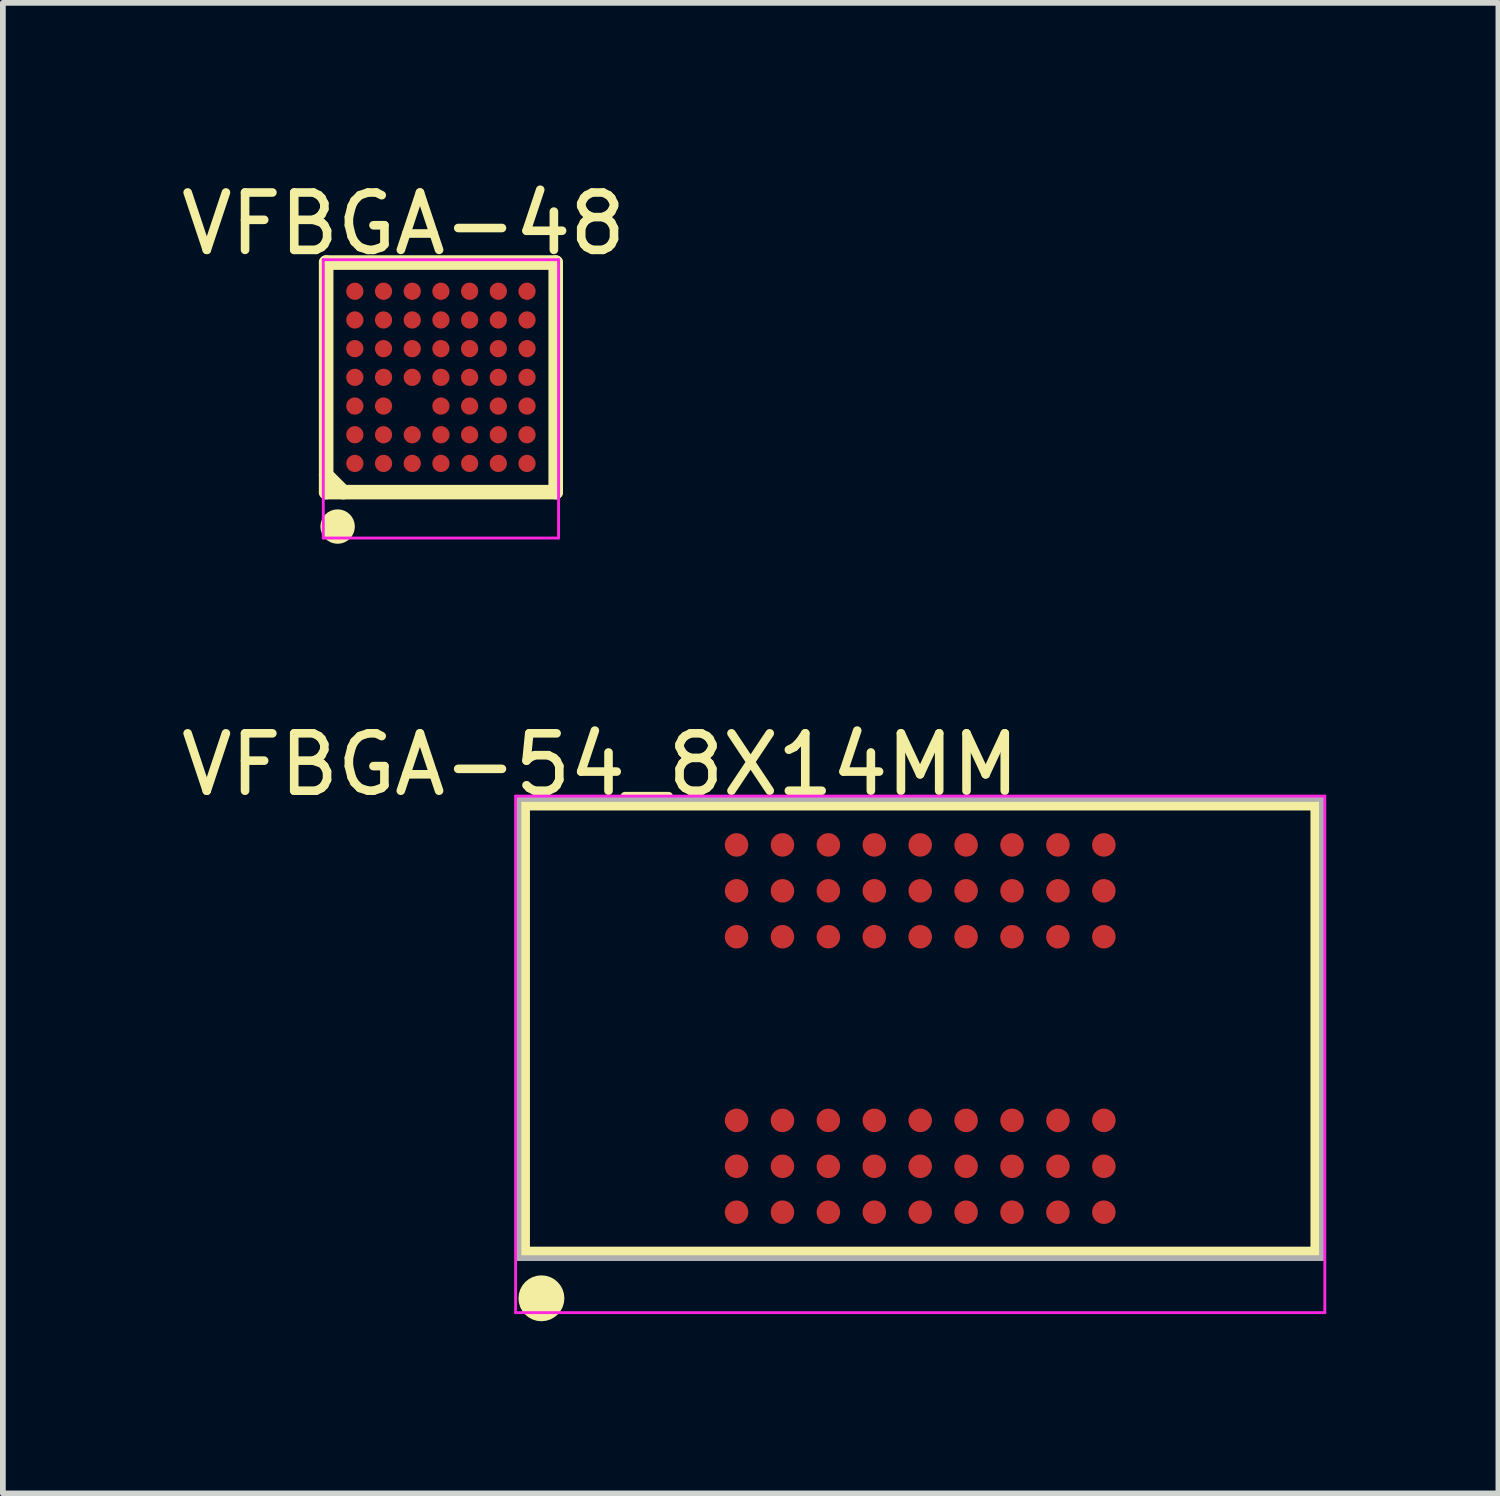
<source format=kicad_pcb>
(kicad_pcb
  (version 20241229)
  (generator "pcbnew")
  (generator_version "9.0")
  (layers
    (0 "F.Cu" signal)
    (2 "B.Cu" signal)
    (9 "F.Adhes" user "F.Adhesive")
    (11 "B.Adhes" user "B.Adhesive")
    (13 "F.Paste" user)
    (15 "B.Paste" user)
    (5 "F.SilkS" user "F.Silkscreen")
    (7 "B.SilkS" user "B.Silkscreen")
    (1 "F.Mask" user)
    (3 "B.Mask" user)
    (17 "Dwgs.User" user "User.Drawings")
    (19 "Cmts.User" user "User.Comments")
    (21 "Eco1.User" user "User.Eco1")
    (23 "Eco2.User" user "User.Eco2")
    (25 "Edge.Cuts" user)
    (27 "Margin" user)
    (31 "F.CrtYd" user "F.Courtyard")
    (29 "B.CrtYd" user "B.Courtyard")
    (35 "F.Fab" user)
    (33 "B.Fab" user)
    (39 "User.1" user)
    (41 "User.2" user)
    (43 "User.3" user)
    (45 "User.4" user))
  (footprint "VFBGA-54_8X14MM"
    (layer "F.Cu")
    (at 12.984 14.872)
    (property "Reference" "VFBGA-54_8X14MM" (at -5.574 -4.599 0) (layer "F.SilkS") (effects (font (size 1 1) (thickness 0.15))))
    (attr through_hole)
    (fp_line (start -6.9 -3.9) (end 6.9 -3.9) (stroke (width 0.2) (type solid)) (layer "F.SilkS"))
    (fp_line (start -6.9 3.9) (end -6.9 -3.9) (stroke (width 0.2) (type solid)) (layer "F.SilkS"))
    (fp_line (start -6.9 3.9) (end 6.9 3.9) (stroke (width 0.2) (type solid)) (layer "F.SilkS"))
    (fp_line (start 6.9 3.9) (end 6.9 -3.9) (stroke (width 0.2) (type solid)) (layer "F.SilkS"))
    (fp_circle (center -6.6 4.7) (end -6.4 4.7) (stroke (width 0.4) (type solid)) (fill no) (layer "F.SilkS"))
    (fp_line (start -7.05 -4.05) (end 7.05 -4.05) (stroke (width 0.05) (type solid)) (layer "F.CrtYd"))
    (fp_line (start -7.05 4.95) (end -7.05 -4.05) (stroke (width 0.05) (type solid)) (layer "F.CrtYd"))
    (fp_line (start 7.05 -4.05) (end 7.05 4.95) (stroke (width 0.05) (type solid)) (layer "F.CrtYd"))
    (fp_line (start 7.05 4.95) (end -7.05 4.95) (stroke (width 0.05) (type solid)) (layer "F.CrtYd"))
    (fp_line (start -7 -4) (end 7 -4) (stroke (width 0.1) (type solid)) (layer "F.Fab"))
    (fp_line (start -7 4) (end -7 -4) (stroke (width 0.1) (type solid)) (layer "F.Fab"))
    (fp_line (start -7 4) (end 7 4) (stroke (width 0.1) (type solid)) (layer "F.Fab"))
    (fp_line (start 7 4) (end 7 -4) (stroke (width 0.1) (type solid)) (layer "F.Fab"))
    (pad "A1" smd oval (at -3.2 3.2 90) (size 0.41 0.41) (layers "F.Cu" "F.Mask" "F.Paste"))
    (pad "A2" smd oval (at -3.2 2.4 90) (size 0.41 0.41) (layers "F.Cu" "F.Mask" "F.Paste"))
    (pad "A3" smd oval (at -3.2 1.6 90) (size 0.41 0.41) (layers "F.Cu" "F.Mask" "F.Paste"))
    (pad "A7" smd oval (at -3.2 -1.6 90) (size 0.41 0.41) (layers "F.Cu" "F.Mask" "F.Paste"))
    (pad "A8" smd oval (at -3.2 -2.4 90) (size 0.41 0.41) (layers "F.Cu" "F.Mask" "F.Paste"))
    (pad "A9" smd oval (at -3.2 -3.2 90) (size 0.41 0.41) (layers "F.Cu" "F.Mask" "F.Paste"))
    (pad "B1" smd oval (at -2.4 3.2 90) (size 0.41 0.41) (layers "F.Cu" "F.Mask" "F.Paste"))
    (pad "B2" smd oval (at -2.4 2.4 90) (size 0.41 0.41) (layers "F.Cu" "F.Mask" "F.Paste"))
    (pad "B3" smd oval (at -2.4 1.6 90) (size 0.41 0.41) (layers "F.Cu" "F.Mask" "F.Paste"))
    (pad "B7" smd oval (at -2.4 -1.6 90) (size 0.41 0.41) (layers "F.Cu" "F.Mask" "F.Paste"))
    (pad "B8" smd oval (at -2.4 -2.4 90) (size 0.41 0.41) (layers "F.Cu" "F.Mask" "F.Paste"))
    (pad "B9" smd oval (at -2.4 -3.2 90) (size 0.41 0.41) (layers "F.Cu" "F.Mask" "F.Paste"))
    (pad "C1" smd oval (at -1.6 3.2 90) (size 0.41 0.41) (layers "F.Cu" "F.Mask" "F.Paste"))
    (pad "C2" smd oval (at -1.6 2.4 90) (size 0.41 0.41) (layers "F.Cu" "F.Mask" "F.Paste"))
    (pad "C3" smd oval (at -1.6 1.6 90) (size 0.41 0.41) (layers "F.Cu" "F.Mask" "F.Paste"))
    (pad "C7" smd oval (at -1.6 -1.6 90) (size 0.41 0.41) (layers "F.Cu" "F.Mask" "F.Paste"))
    (pad "C8" smd oval (at -1.6 -2.4 90) (size 0.41 0.41) (layers "F.Cu" "F.Mask" "F.Paste"))
    (pad "C9" smd oval (at -1.6 -3.2 90) (size 0.41 0.41) (layers "F.Cu" "F.Mask" "F.Paste"))
    (pad "D1" smd oval (at -0.8 3.2 90) (size 0.41 0.41) (layers "F.Cu" "F.Mask" "F.Paste"))
    (pad "D2" smd oval (at -0.8 2.4 90) (size 0.41 0.41) (layers "F.Cu" "F.Mask" "F.Paste"))
    (pad "D3" smd oval (at -0.8 1.6 90) (size 0.41 0.41) (layers "F.Cu" "F.Mask" "F.Paste"))
    (pad "D7" smd oval (at -0.8 -1.6 90) (size 0.41 0.41) (layers "F.Cu" "F.Mask" "F.Paste"))
    (pad "D8" smd oval (at -0.8 -2.4 90) (size 0.41 0.41) (layers "F.Cu" "F.Mask" "F.Paste"))
    (pad "D9" smd oval (at -0.8 -3.2 90) (size 0.41 0.41) (layers "F.Cu" "F.Mask" "F.Paste"))
    (pad "E1" smd oval (at 0 3.2 90) (size 0.41 0.41) (layers "F.Cu" "F.Mask" "F.Paste"))
    (pad "E2" smd oval (at 0 2.4 90) (size 0.41 0.41) (layers "F.Cu" "F.Mask" "F.Paste"))
    (pad "E3" smd oval (at 0 1.6 90) (size 0.41 0.41) (layers "F.Cu" "F.Mask" "F.Paste"))
    (pad "E7" smd oval (at 0 -1.6 90) (size 0.41 0.41) (layers "F.Cu" "F.Mask" "F.Paste"))
    (pad "E8" smd oval (at 0 -2.4 90) (size 0.41 0.41) (layers "F.Cu" "F.Mask" "F.Paste"))
    (pad "E9" smd oval (at 0 -3.2 90) (size 0.41 0.41) (layers "F.Cu" "F.Mask" "F.Paste"))
    (pad "F1" smd oval (at 0.8 3.2 90) (size 0.41 0.41) (layers "F.Cu" "F.Mask" "F.Paste"))
    (pad "F2" smd oval (at 0.8 2.4 90) (size 0.41 0.41) (layers "F.Cu" "F.Mask" "F.Paste"))
    (pad "F3" smd oval (at 0.8 1.6 90) (size 0.41 0.41) (layers "F.Cu" "F.Mask" "F.Paste"))
    (pad "F7" smd oval (at 0.8 -1.6 90) (size 0.41 0.41) (layers "F.Cu" "F.Mask" "F.Paste"))
    (pad "F8" smd oval (at 0.8 -2.4 90) (size 0.41 0.41) (layers "F.Cu" "F.Mask" "F.Paste"))
    (pad "F9" smd oval (at 0.8 -3.2 90) (size 0.41 0.41) (layers "F.Cu" "F.Mask" "F.Paste"))
    (pad "G1" smd oval (at 1.6 3.2 90) (size 0.41 0.41) (layers "F.Cu" "F.Mask" "F.Paste"))
    (pad "G2" smd oval (at 1.6 2.4 90) (size 0.41 0.41) (layers "F.Cu" "F.Mask" "F.Paste"))
    (pad "G3" smd oval (at 1.6 1.6 90) (size 0.41 0.41) (layers "F.Cu" "F.Mask" "F.Paste"))
    (pad "G7" smd oval (at 1.6 -1.6 90) (size 0.41 0.41) (layers "F.Cu" "F.Mask" "F.Paste"))
    (pad "G8" smd oval (at 1.6 -2.4 90) (size 0.41 0.41) (layers "F.Cu" "F.Mask" "F.Paste"))
    (pad "G9" smd oval (at 1.6 -3.2 90) (size 0.41 0.41) (layers "F.Cu" "F.Mask" "F.Paste"))
    (pad "H1" smd oval (at 2.4 3.2 90) (size 0.41 0.41) (layers "F.Cu" "F.Mask" "F.Paste"))
    (pad "H2" smd oval (at 2.4 2.4 90) (size 0.41 0.41) (layers "F.Cu" "F.Mask" "F.Paste"))
    (pad "H3" smd oval (at 2.4 1.6 90) (size 0.41 0.41) (layers "F.Cu" "F.Mask" "F.Paste"))
    (pad "H7" smd oval (at 2.4 -1.6 90) (size 0.41 0.41) (layers "F.Cu" "F.Mask" "F.Paste"))
    (pad "H8" smd oval (at 2.4 -2.4 90) (size 0.41 0.41) (layers "F.Cu" "F.Mask" "F.Paste"))
    (pad "H9" smd oval (at 2.4 -3.2 90) (size 0.41 0.41) (layers "F.Cu" "F.Mask" "F.Paste"))
    (pad "J1" smd oval (at 3.2 3.2 90) (size 0.41 0.41) (layers "F.Cu" "F.Mask" "F.Paste"))
    (pad "J2" smd oval (at 3.2 2.4 90) (size 0.41 0.41) (layers "F.Cu" "F.Mask" "F.Paste"))
    (pad "J3" smd oval (at 3.2 1.6 90) (size 0.41 0.41) (layers "F.Cu" "F.Mask" "F.Paste"))
    (pad "J7" smd oval (at 3.2 -1.6 90) (size 0.41 0.41) (layers "F.Cu" "F.Mask" "F.Paste"))
    (pad "J8" smd oval (at 3.2 -2.4 90) (size 0.41 0.41) (layers "F.Cu" "F.Mask" "F.Paste"))
    (pad "J9" smd oval (at 3.2 -3.2 90) (size 0.41 0.41) (layers "F.Cu" "F.Mask" "F.Paste")))
  (footprint "VFBGA-48"
    (layer "F.Cu")
    (at 4.633 3.525)
    (property "Reference" "VFBGA-48" (at -0.651 -2.676 0) (layer "F.SilkS") (effects (font (size 1 1) (thickness 0.15))))
    (attr through_hole)
    (fp_line (start -2 1.7) (end -1.7 2) (stroke (width 0.254) (type solid)) (layer "F.SilkS"))
    (fp_line (start -2 2) (end 2 2) (stroke (width 0.254) (type solid)) (layer "F.SilkS"))
    (fp_line (start -2 -2) (end 2 -2) (stroke (width 0.254) (type solid)) (layer "F.SilkS"))
    (fp_line (start -2 2) (end -2 -2) (stroke (width 0.254) (type solid)) (layer "F.SilkS"))
    (fp_line (start 2 2) (end 2 -2) (stroke (width 0.254) (type solid)) (layer "F.SilkS"))
    (fp_circle (center -1.8 2.6) (end -1.65 2.6) (stroke (width 0.3) (type solid)) (fill no) (layer "F.SilkS"))
    (fp_line (start -2.05 -2.05) (end 2.05 -2.05) (stroke (width 0.05) (type solid)) (layer "F.CrtYd"))
    (fp_line (start -2.05 2.8) (end -2.05 -2.05) (stroke (width 0.05) (type solid)) (layer "F.CrtYd"))
    (fp_line (start 2.05 -2.05) (end 2.05 2.8) (stroke (width 0.05) (type solid)) (layer "F.CrtYd"))
    (fp_line (start 2.05 2.8) (end -2.05 2.8) (stroke (width 0.05) (type solid)) (layer "F.CrtYd"))
    (pad "A1" smd oval (at -1.5 1.5 90) (size 0.3 0.3) (layers "F.Cu" "F.Mask" "F.Paste"))
    (pad "A2" smd oval (at -1.5 1 90) (size 0.3 0.3) (layers "F.Cu" "F.Mask" "F.Paste"))
    (pad "A3" smd oval (at -1.5 0.5 90) (size 0.3 0.3) (layers "F.Cu" "F.Mask" "F.Paste"))
    (pad "A4" smd oval (at -1.5 0 90) (size 0.3 0.3) (layers "F.Cu" "F.Mask" "F.Paste"))
    (pad "A5" smd oval (at -1.5 -0.5 90) (size 0.3 0.3) (layers "F.Cu" "F.Mask" "F.Paste"))
    (pad "A6" smd oval (at -1.5 -1 90) (size 0.3 0.3) (layers "F.Cu" "F.Mask" "F.Paste"))
    (pad "A7" smd oval (at -1.5 -1.5 90) (size 0.3 0.3) (layers "F.Cu" "F.Mask" "F.Paste"))
    (pad "B1" smd oval (at -1 1.5 90) (size 0.3 0.3) (layers "F.Cu" "F.Mask" "F.Paste"))
    (pad "B2" smd oval (at -1 1 90) (size 0.3 0.3) (layers "F.Cu" "F.Mask" "F.Paste"))
    (pad "B3" smd oval (at -1 0.5 90) (size 0.3 0.3) (layers "F.Cu" "F.Mask" "F.Paste"))
    (pad "B4" smd oval (at -1 0 90) (size 0.3 0.3) (layers "F.Cu" "F.Mask" "F.Paste"))
    (pad "B5" smd oval (at -1 -0.5 90) (size 0.3 0.3) (layers "F.Cu" "F.Mask" "F.Paste"))
    (pad "B6" smd oval (at -1 -1 90) (size 0.3 0.3) (layers "F.Cu" "F.Mask" "F.Paste"))
    (pad "B7" smd oval (at -1 -1.5 90) (size 0.3 0.3) (layers "F.Cu" "F.Mask" "F.Paste"))
    (pad "C1" smd oval (at -0.5 1.5 90) (size 0.3 0.3) (layers "F.Cu" "F.Mask" "F.Paste"))
    (pad "C2" smd oval (at -0.5 1 90) (size 0.3 0.3) (layers "F.Cu" "F.Mask" "F.Paste"))
    (pad "C4" smd oval (at -0.5 0 90) (size 0.3 0.3) (layers "F.Cu" "F.Mask" "F.Paste"))
    (pad "C5" smd oval (at -0.5 -0.5 90) (size 0.3 0.3) (layers "F.Cu" "F.Mask" "F.Paste"))
    (pad "C6" smd oval (at -0.5 -1 90) (size 0.3 0.3) (layers "F.Cu" "F.Mask" "F.Paste"))
    (pad "C7" smd oval (at -0.5 -1.5 90) (size 0.3 0.3) (layers "F.Cu" "F.Mask" "F.Paste"))
    (pad "D1" smd oval (at 0 1.5 90) (size 0.3 0.3) (layers "F.Cu" "F.Mask" "F.Paste"))
    (pad "D2" smd oval (at 0 1 90) (size 0.3 0.3) (layers "F.Cu" "F.Mask" "F.Paste"))
    (pad "D3" smd oval (at 0 0.5 90) (size 0.3 0.3) (layers "F.Cu" "F.Mask" "F.Paste"))
    (pad "D4" smd oval (at 0 0 90) (size 0.3 0.3) (layers "F.Cu" "F.Mask" "F.Paste"))
    (pad "D5" smd oval (at 0 -0.5 90) (size 0.3 0.3) (layers "F.Cu" "F.Mask" "F.Paste"))
    (pad "D6" smd oval (at 0 -1 90) (size 0.3 0.3) (layers "F.Cu" "F.Mask" "F.Paste"))
    (pad "D7" smd oval (at 0 -1.5 90) (size 0.3 0.3) (layers "F.Cu" "F.Mask" "F.Paste"))
    (pad "E1" smd oval (at 0.5 1.5 90) (size 0.3 0.3) (layers "F.Cu" "F.Mask" "F.Paste"))
    (pad "E2" smd oval (at 0.5 1 90) (size 0.3 0.3) (layers "F.Cu" "F.Mask" "F.Paste"))
    (pad "E3" smd oval (at 0.5 0.5 90) (size 0.3 0.3) (layers "F.Cu" "F.Mask" "F.Paste"))
    (pad "E4" smd oval (at 0.5 0 90) (size 0.3 0.3) (layers "F.Cu" "F.Mask" "F.Paste"))
    (pad "E5" smd oval (at 0.5 -0.5 90) (size 0.3 0.3) (layers "F.Cu" "F.Mask" "F.Paste"))
    (pad "E6" smd oval (at 0.5 -1 90) (size 0.3 0.3) (layers "F.Cu" "F.Mask" "F.Paste"))
    (pad "E7" smd oval (at 0.5 -1.5 90) (size 0.3 0.3) (layers "F.Cu" "F.Mask" "F.Paste"))
    (pad "F1" smd oval (at 1 1.5 90) (size 0.3 0.3) (layers "F.Cu" "F.Mask" "F.Paste"))
    (pad "F2" smd oval (at 1 1 90) (size 0.3 0.3) (layers "F.Cu" "F.Mask" "F.Paste"))
    (pad "F3" smd oval (at 1 0.5 90) (size 0.3 0.3) (layers "F.Cu" "F.Mask" "F.Paste"))
    (pad "F4" smd oval (at 1 0 90) (size 0.3 0.3) (layers "F.Cu" "F.Mask" "F.Paste"))
    (pad "F5" smd oval (at 1 -0.5 90) (size 0.3 0.3) (layers "F.Cu" "F.Mask" "F.Paste"))
    (pad "F6" smd oval (at 1 -1 90) (size 0.3 0.3) (layers "F.Cu" "F.Mask" "F.Paste"))
    (pad "F7" smd oval (at 1 -1.5 90) (size 0.3 0.3) (layers "F.Cu" "F.Mask" "F.Paste"))
    (pad "G1" smd oval (at 1.5 1.5 90) (size 0.3 0.3) (layers "F.Cu" "F.Mask" "F.Paste"))
    (pad "G2" smd oval (at 1.5 1 90) (size 0.3 0.3) (layers "F.Cu" "F.Mask" "F.Paste"))
    (pad "G3" smd oval (at 1.5 0.5 90) (size 0.3 0.3) (layers "F.Cu" "F.Mask" "F.Paste"))
    (pad "G4" smd oval (at 1.5 0 90) (size 0.3 0.3) (layers "F.Cu" "F.Mask" "F.Paste"))
    (pad "G5" smd oval (at 1.5 -0.5 90) (size 0.3 0.3) (layers "F.Cu" "F.Mask" "F.Paste"))
    (pad "G6" smd oval (at 1.5 -1 90) (size 0.3 0.3) (layers "F.Cu" "F.Mask" "F.Paste"))
    (pad "G7" smd oval (at 1.5 -1.5 90) (size 0.3 0.3) (layers "F.Cu" "F.Mask" "F.Paste")))
  (gr_rect
    (start -3 -3)
    (end 23.059 22.972)
    (stroke (width 0.1) (type default))
    (fill no)
    (layer "Edge.Cuts")))
</source>
